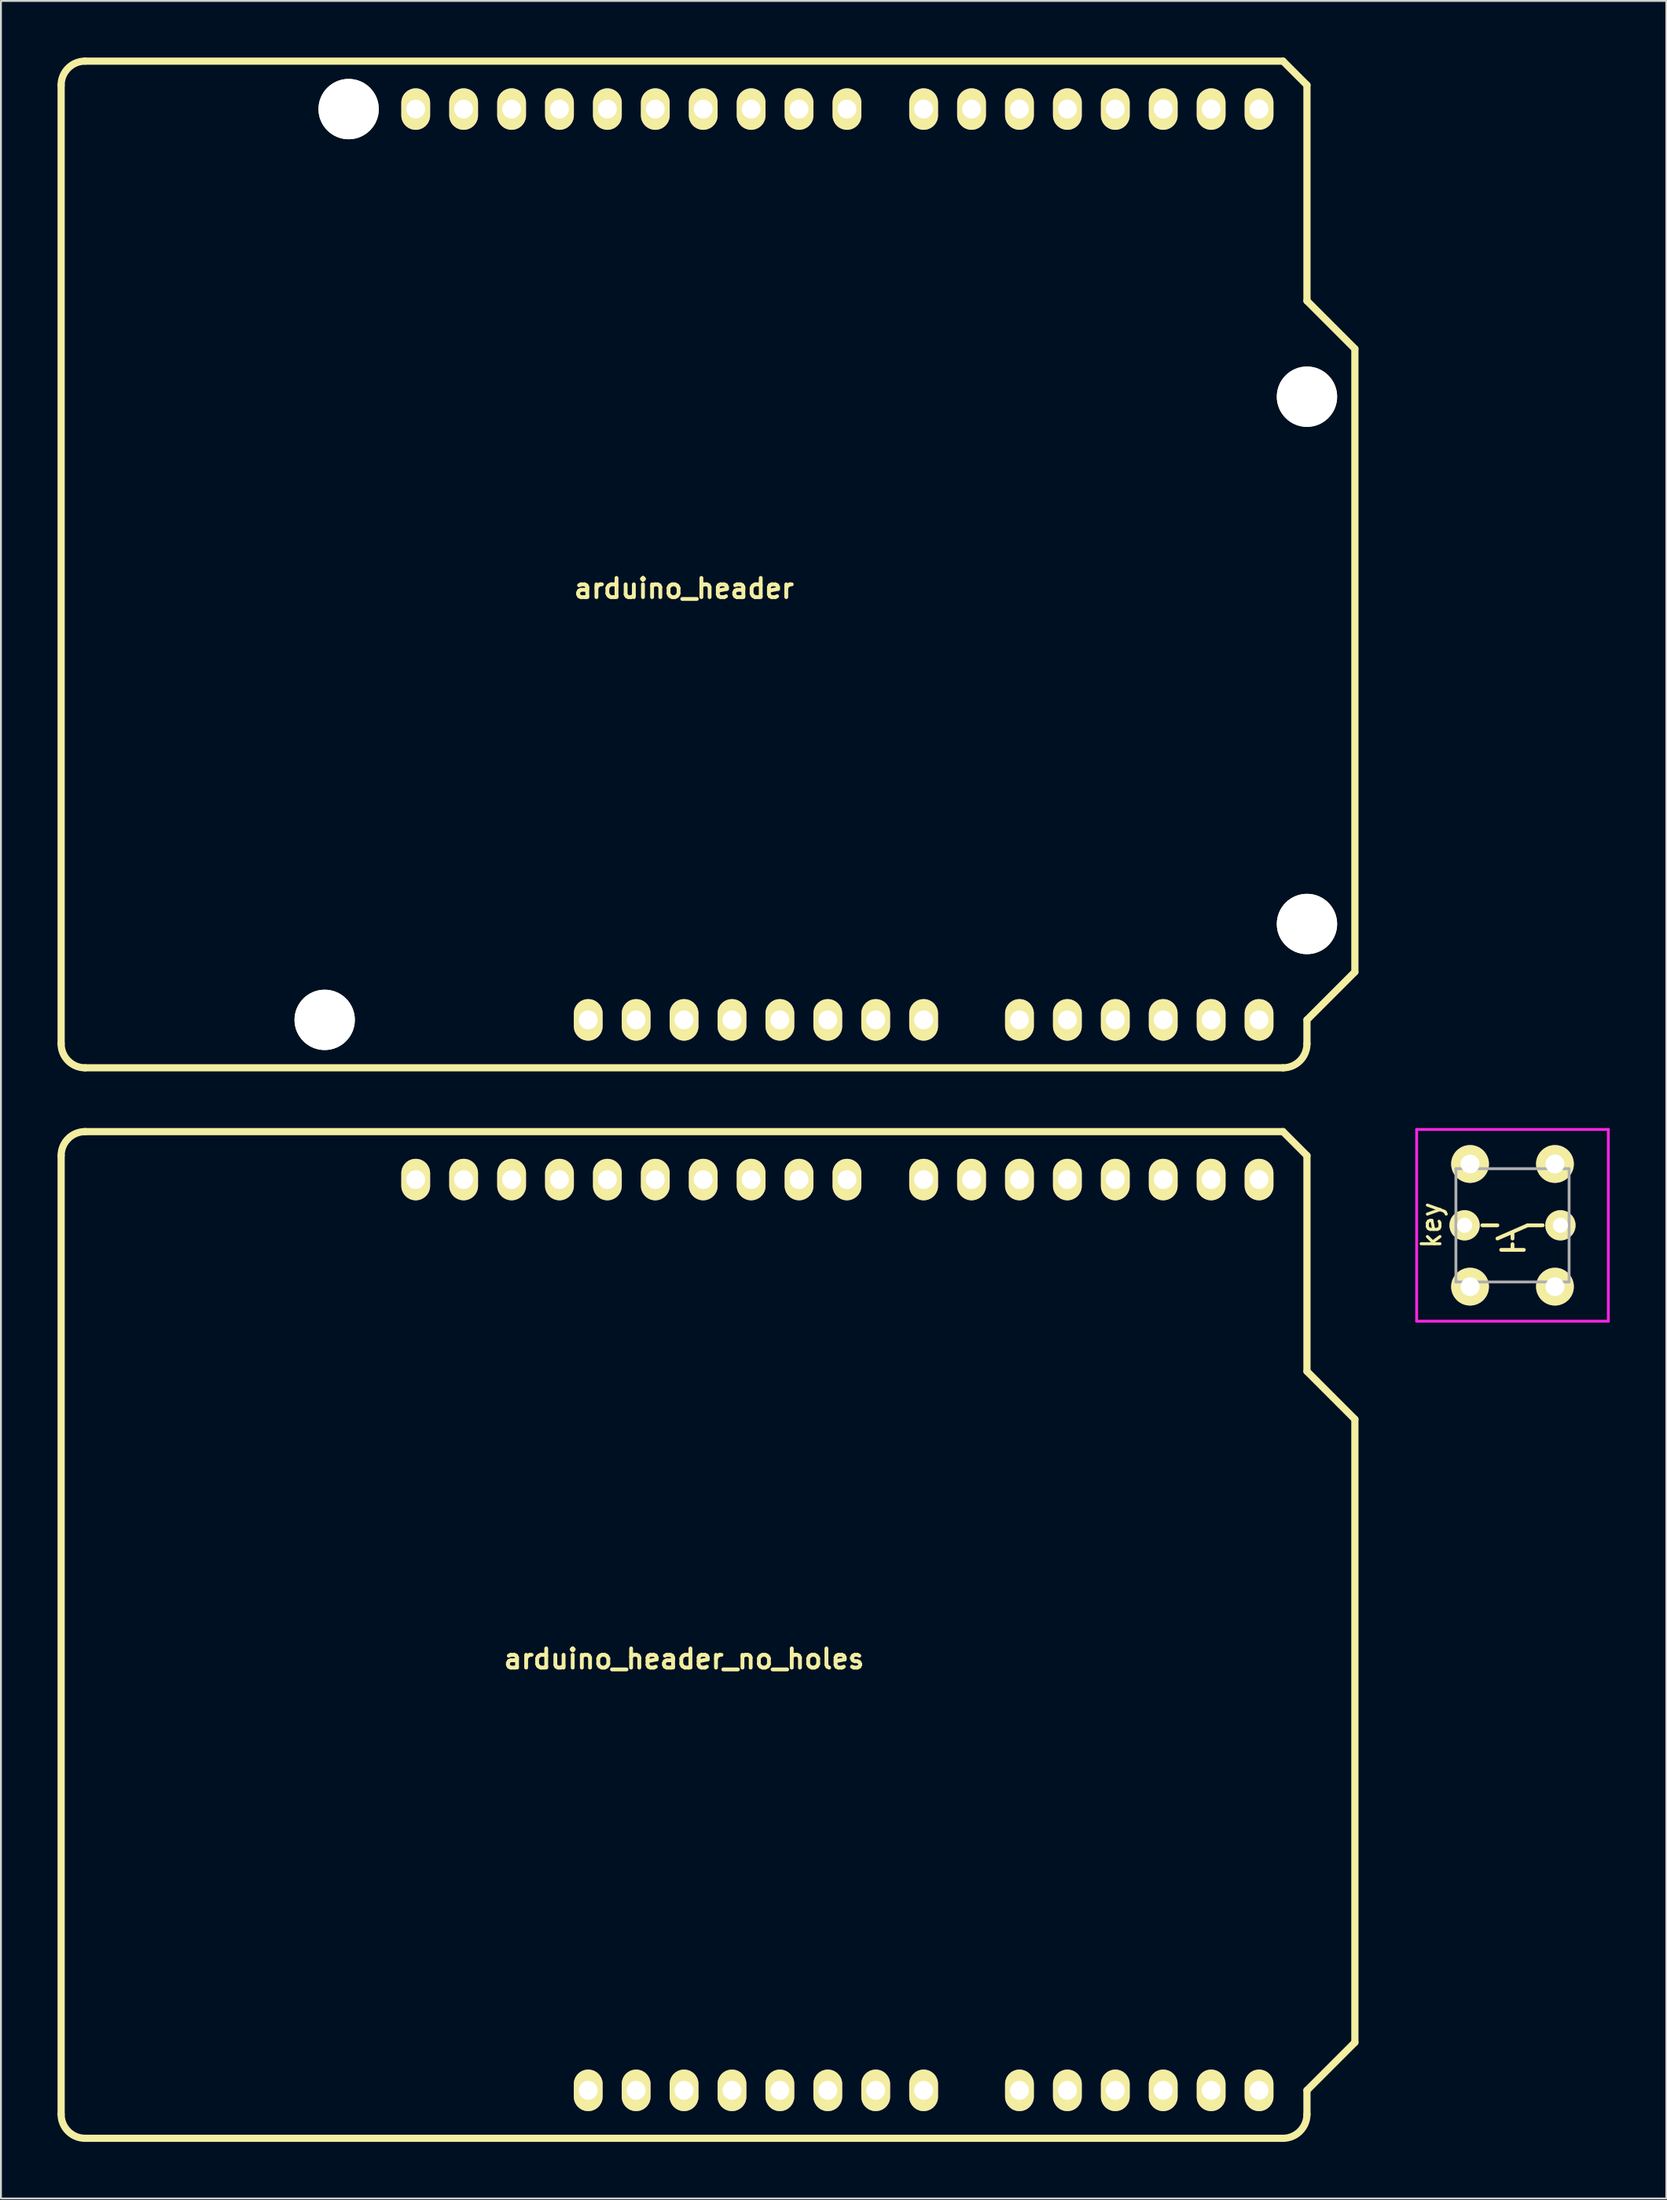
<source format=kicad_pcb>
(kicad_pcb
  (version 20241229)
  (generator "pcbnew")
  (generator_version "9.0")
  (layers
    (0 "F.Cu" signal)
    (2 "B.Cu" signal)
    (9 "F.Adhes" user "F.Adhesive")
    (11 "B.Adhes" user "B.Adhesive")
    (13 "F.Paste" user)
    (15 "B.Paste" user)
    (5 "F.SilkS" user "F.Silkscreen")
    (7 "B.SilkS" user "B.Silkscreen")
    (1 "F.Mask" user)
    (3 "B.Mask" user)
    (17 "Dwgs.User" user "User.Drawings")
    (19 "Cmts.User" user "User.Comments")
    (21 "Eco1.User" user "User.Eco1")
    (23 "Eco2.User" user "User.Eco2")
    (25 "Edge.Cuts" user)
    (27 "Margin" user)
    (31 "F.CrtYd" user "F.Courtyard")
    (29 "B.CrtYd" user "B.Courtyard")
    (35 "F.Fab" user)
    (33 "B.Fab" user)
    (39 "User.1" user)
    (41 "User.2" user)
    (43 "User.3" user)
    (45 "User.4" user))
  (footprint "key"
    (layer "F.Cu")
    (at 77.127 61.876)
    (property "Reference" "key" (at -4.3 0 90) (layer "F.SilkS") (effects (font (size 1 1) (thickness 0.16))))
    (attr through_hole)
    (fp_line (start -1.6 0) (end -0.8 0) (stroke (width 0.2) (type solid)) (layer "F.SilkS"))
    (fp_line (start 0 0.7) (end 0 0.4) (stroke (width 0.2) (type solid)) (layer "F.SilkS"))
    (fp_line (start 0 1) (end 0 1.3) (stroke (width 0.2) (type solid)) (layer "F.SilkS"))
    (fp_line (start 0.6 1.3) (end -0.6 1.3) (stroke (width 0.2) (type solid)) (layer "F.SilkS"))
    (fp_line (start 0.8 0) (end -0.8 0.7) (stroke (width 0.2) (type solid)) (layer "F.SilkS"))
    (fp_line (start 1.6 0) (end 0.8 0) (stroke (width 0.2) (type solid)) (layer "F.SilkS"))
    (fp_line (start -5.08 -5.08) (end -5.08 5.08) (stroke (width 0.15) (type solid)) (layer "F.CrtYd"))
    (fp_line (start -5.08 5.08) (end 5.08 5.08) (stroke (width 0.15) (type solid)) (layer "F.CrtYd"))
    (fp_line (start 5.08 -5.08) (end -5.08 -5.08) (stroke (width 0.15) (type solid)) (layer "F.CrtYd"))
    (fp_line (start 5.08 5.08) (end 5.08 -5.08) (stroke (width 0.15) (type solid)) (layer "F.CrtYd"))
    (fp_line (start -3 -3) (end 3 -3) (stroke (width 0.15) (type solid)) (layer "F.Fab"))
    (fp_line (start -3 0) (end -3 -3) (stroke (width 0.15) (type solid)) (layer "F.Fab"))
    (fp_line (start -3 3) (end -3 0) (stroke (width 0.15) (type solid)) (layer "F.Fab"))
    (fp_line (start 3 -3) (end 3 3) (stroke (width 0.15) (type solid)) (layer "F.Fab"))
    (fp_line (start 3 3) (end -3 3) (stroke (width 0.15) (type solid)) (layer "F.Fab"))
    (pad "1" thru_hole circle (at -2.25 -3.25) (size 2 2) (drill 1) (layers "*.Cu" "*.Mask" "F.SilkS"))
    (pad "2" thru_hole circle (at 2.25 -3.25) (size 2 2) (drill 1) (layers "*.Cu" "*.Mask" "F.SilkS"))
    (pad "3" thru_hole circle (at -2.25 3.25) (size 2 2) (drill 1) (layers "*.Cu" "*.Mask" "F.SilkS"))
    (pad "4" thru_hole circle (at 2.25 3.25) (size 2 2) (drill 1) (layers "*.Cu" "*.Mask" "F.SilkS"))
    (pad "5" thru_hole circle (at -2.54 0) (size 1.6 1.6) (drill 0.8) (layers "*.Cu" "*.Mask" "F.SilkS"))
    (pad "6" thru_hole circle (at 2.54 0) (size 1.6 1.6) (drill 0.8) (layers "*.Cu" "*.Mask" "F.SilkS")))
  (footprint "arduino_header_no_holes"
    (layer "F.Cu")
    (at 33.211 83.582)
    (property "Reference" "arduino_header_no_holes" (at 0 1.27 0) (layer "F.SilkS") (effects (font (size 1.016 1.016) (thickness 0.203))))
    (attr through_hole)
    (fp_line (start -33.02 25.4) (end -33.02 -25.4) (stroke (width 0.381) (type solid)) (layer "F.SilkS"))
    (fp_line (start -31.75 26.67) (end 31.75 26.67) (stroke (width 0.381) (type solid)) (layer "F.SilkS"))
    (fp_line (start 31.75 -26.67) (end -31.75 -26.67) (stroke (width 0.381) (type solid)) (layer "F.SilkS"))
    (fp_line (start 31.75 -26.67) (end 33.02 -25.4) (stroke (width 0.381) (type solid)) (layer "F.SilkS"))
    (fp_line (start 33.02 -25.4) (end 33.02 -13.97) (stroke (width 0.381) (type solid)) (layer "F.SilkS"))
    (fp_line (start 33.02 -13.97) (end 35.56 -11.43) (stroke (width 0.381) (type solid)) (layer "F.SilkS"))
    (fp_line (start 33.02 24.13) (end 33.02 25.4) (stroke (width 0.381) (type solid)) (layer "F.SilkS"))
    (fp_line (start 35.56 21.59) (end 33.02 24.13) (stroke (width 0.381) (type solid)) (layer "F.SilkS"))
    (fp_line (start 35.56 21.59) (end 35.56 -11.43) (stroke (width 0.381) (type solid)) (layer "F.SilkS"))
    (fp_arc (start -33.02 -25.4) (mid -32.648026 -26.298026) (end -31.75 -26.67) (stroke (width 0.381) (type solid)) (layer "F.SilkS"))
    (fp_arc (start -31.75 26.67) (mid -32.648026 26.298026) (end -33.02 25.4) (stroke (width 0.381) (type solid)) (layer "F.SilkS"))
    (fp_arc (start 33.02 25.4) (mid 32.648026 26.298026) (end 31.75 26.67) (stroke (width 0.381) (type solid)) (layer "F.SilkS"))
    (pad "1" thru_hole oval (at -5.08 24.13) (size 1.524 2.2) (drill 1.001) (layers "*.Cu" "*.Mask" "F.SilkS"))
    (pad "2" thru_hole oval (at -2.54 24.13) (size 1.524 2.2) (drill 1.001) (layers "*.Cu" "*.Mask" "F.SilkS"))
    (pad "3" thru_hole oval (at 0 24.13) (size 1.524 2.2) (drill 1.001) (layers "*.Cu" "*.Mask" "F.SilkS"))
    (pad "4" thru_hole oval (at 2.54 24.13) (size 1.524 2.2) (drill 1.001) (layers "*.Cu" "*.Mask" "F.SilkS"))
    (pad "5" thru_hole oval (at 5.08 24.13) (size 1.524 2.2) (drill 1.001) (layers "*.Cu" "*.Mask" "F.SilkS"))
    (pad "6" thru_hole oval (at 7.62 24.13) (size 1.524 2.2) (drill 1.001) (layers "*.Cu" "*.Mask" "F.SilkS"))
    (pad "7" thru_hole oval (at 10.16 24.13) (size 1.524 2.2) (drill 1.001) (layers "*.Cu" "*.Mask" "F.SilkS"))
    (pad "8" thru_hole oval (at 12.7 24.13) (size 1.524 2.2) (drill 1.001) (layers "*.Cu" "*.Mask" "F.SilkS"))
    (pad "9" thru_hole oval (at 17.78 24.13) (size 1.524 2.2) (drill 1.001) (layers "*.Cu" "*.Mask" "F.SilkS"))
    (pad "10" thru_hole oval (at 20.32 24.13) (size 1.524 2.2) (drill 1.001) (layers "*.Cu" "*.Mask" "F.SilkS"))
    (pad "11" thru_hole oval (at 22.86 24.13) (size 1.524 2.2) (drill 1.001) (layers "*.Cu" "*.Mask" "F.SilkS"))
    (pad "12" thru_hole oval (at 25.4 24.13) (size 1.524 2.2) (drill 1.001) (layers "*.Cu" "*.Mask" "F.SilkS"))
    (pad "13" thru_hole oval (at 27.94 24.13) (size 1.524 2.2) (drill 1.001) (layers "*.Cu" "*.Mask" "F.SilkS"))
    (pad "14" thru_hole oval (at 30.48 24.13) (size 1.524 2.2) (drill 1.001) (layers "*.Cu" "*.Mask" "F.SilkS"))
    (pad "15" thru_hole oval (at 30.48 -24.13) (size 1.524 2.197) (drill 0.998) (layers "*.Cu" "*.Mask" "F.SilkS"))
    (pad "16" thru_hole oval (at 27.94 -24.13) (size 1.524 2.197) (drill 0.998) (layers "*.Cu" "*.Mask" "F.SilkS"))
    (pad "17" thru_hole oval (at 25.4 -24.13) (size 1.524 2.197) (drill 0.998) (layers "*.Cu" "*.Mask" "F.SilkS"))
    (pad "18" thru_hole oval (at 22.86 -24.13) (size 1.524 2.197) (drill 0.998) (layers "*.Cu" "*.Mask" "F.SilkS"))
    (pad "19" thru_hole oval (at 20.32 -24.13) (size 1.524 2.197) (drill 0.998) (layers "*.Cu" "*.Mask" "F.SilkS"))
    (pad "20" thru_hole oval (at 17.78 -24.13) (size 1.524 2.197) (drill 0.998) (layers "*.Cu" "*.Mask" "F.SilkS"))
    (pad "21" thru_hole oval (at 15.24 -24.13) (size 1.524 2.197) (drill 0.998) (layers "*.Cu" "*.Mask" "F.SilkS"))
    (pad "22" thru_hole oval (at 12.7 -24.13) (size 1.524 2.197) (drill 0.998) (layers "*.Cu" "*.Mask" "F.SilkS"))
    (pad "23" thru_hole oval (at 8.636 -24.13) (size 1.524 2.197) (drill 0.998) (layers "*.Cu" "*.Mask" "F.SilkS"))
    (pad "24" thru_hole oval (at 6.096 -24.13) (size 1.524 2.197) (drill 0.998) (layers "*.Cu" "*.Mask" "F.SilkS"))
    (pad "25" thru_hole oval (at 3.556 -24.13) (size 1.524 2.197) (drill 0.998) (layers "*.Cu" "*.Mask" "F.SilkS"))
    (pad "26" thru_hole oval (at 1.016 -24.13) (size 1.524 2.197) (drill 0.998) (layers "*.Cu" "*.Mask" "F.SilkS"))
    (pad "27" thru_hole oval (at -1.524 -24.13) (size 1.524 2.197) (drill 0.998) (layers "*.Cu" "*.Mask" "F.SilkS"))
    (pad "28" thru_hole oval (at -4.064 -24.13) (size 1.524 2.197) (drill 0.998) (layers "*.Cu" "*.Mask" "F.SilkS"))
    (pad "29" thru_hole oval (at -6.604 -24.13) (size 1.524 2.197) (drill 0.998) (layers "*.Cu" "*.Mask" "F.SilkS"))
    (pad "30" thru_hole oval (at -9.141 -24.13) (size 1.524 2.197) (drill 0.998) (layers "*.Cu" "*.Mask" "F.SilkS"))
    (pad "31" thru_hole oval (at -11.684 -24.13) (size 1.524 2.197) (drill 0.998) (layers "*.Cu" "*.Mask" "F.SilkS"))
    (pad "32" thru_hole oval (at -14.224 -24.13) (size 1.524 2.197) (drill 0.998) (layers "*.Cu" "*.Mask" "F.SilkS")))
  (footprint "arduino_header"
    (layer "F.Cu")
    (at 33.211 26.86)
    (property "Reference" "arduino_header" (at 0 1.27 0) (layer "F.SilkS") (effects (font (size 1.016 1.016) (thickness 0.203))))
    (attr through_hole)
    (fp_line (start -33.02 25.4) (end -33.02 -25.4) (stroke (width 0.381) (type solid)) (layer "F.SilkS"))
    (fp_line (start -31.75 26.67) (end 31.75 26.67) (stroke (width 0.381) (type solid)) (layer "F.SilkS"))
    (fp_line (start 31.75 -26.67) (end -31.75 -26.67) (stroke (width 0.381) (type solid)) (layer "F.SilkS"))
    (fp_line (start 31.75 -26.67) (end 33.02 -25.4) (stroke (width 0.381) (type solid)) (layer "F.SilkS"))
    (fp_line (start 33.02 -25.4) (end 33.02 -13.97) (stroke (width 0.381) (type solid)) (layer "F.SilkS"))
    (fp_line (start 33.02 -13.97) (end 35.56 -11.43) (stroke (width 0.381) (type solid)) (layer "F.SilkS"))
    (fp_line (start 33.02 24.13) (end 33.02 25.4) (stroke (width 0.381) (type solid)) (layer "F.SilkS"))
    (fp_line (start 35.56 21.59) (end 33.02 24.13) (stroke (width 0.381) (type solid)) (layer "F.SilkS"))
    (fp_line (start 35.56 21.59) (end 35.56 -11.43) (stroke (width 0.381) (type solid)) (layer "F.SilkS"))
    (fp_arc (start -33.02 -25.4) (mid -32.648026 -26.298026) (end -31.75 -26.67) (stroke (width 0.381) (type solid)) (layer "F.SilkS"))
    (fp_arc (start -31.75 26.67) (mid -32.648026 26.298026) (end -33.02 25.4) (stroke (width 0.381) (type solid)) (layer "F.SilkS"))
    (fp_arc (start 33.02 25.4) (mid 32.648026 26.298026) (end 31.75 26.67) (stroke (width 0.381) (type solid)) (layer "F.SilkS"))
    (pad "" np_thru_hole circle (at -19.05 24.13) (size 3.198 3.198) (drill 3.198) (layers "*.Cu" "*.Mask" "F.SilkS"))
    (pad "" np_thru_hole circle (at -17.78 -24.13) (size 3.198 3.198) (drill 3.198) (layers "*.Cu" "*.Mask" "F.SilkS"))
    (pad "" np_thru_hole circle (at 33.02 -8.89) (size 3.198 3.198) (drill 3.198) (layers "*.Cu" "*.Mask" "F.SilkS"))
    (pad "" np_thru_hole circle (at 33.02 19.05) (size 3.198 3.198) (drill 3.198) (layers "*.Cu" "*.Mask" "F.SilkS"))
    (pad "1" thru_hole oval (at -5.08 24.13) (size 1.524 2.2) (drill 1.001) (layers "*.Cu" "*.Mask" "F.SilkS"))
    (pad "2" thru_hole oval (at -2.54 24.13) (size 1.524 2.2) (drill 1.001) (layers "*.Cu" "*.Mask" "F.SilkS"))
    (pad "3" thru_hole oval (at 0 24.13) (size 1.524 2.2) (drill 1.001) (layers "*.Cu" "*.Mask" "F.SilkS"))
    (pad "4" thru_hole oval (at 2.54 24.13) (size 1.524 2.2) (drill 1.001) (layers "*.Cu" "*.Mask" "F.SilkS"))
    (pad "5" thru_hole oval (at 5.08 24.13) (size 1.524 2.2) (drill 1.001) (layers "*.Cu" "*.Mask" "F.SilkS"))
    (pad "6" thru_hole oval (at 7.62 24.13) (size 1.524 2.2) (drill 1.001) (layers "*.Cu" "*.Mask" "F.SilkS"))
    (pad "7" thru_hole oval (at 10.16 24.13) (size 1.524 2.2) (drill 1.001) (layers "*.Cu" "*.Mask" "F.SilkS"))
    (pad "8" thru_hole oval (at 12.7 24.13) (size 1.524 2.2) (drill 1.001) (layers "*.Cu" "*.Mask" "F.SilkS"))
    (pad "9" thru_hole oval (at 17.78 24.13) (size 1.524 2.2) (drill 1.001) (layers "*.Cu" "*.Mask" "F.SilkS"))
    (pad "10" thru_hole oval (at 20.32 24.13) (size 1.524 2.2) (drill 1.001) (layers "*.Cu" "*.Mask" "F.SilkS"))
    (pad "11" thru_hole oval (at 22.86 24.13) (size 1.524 2.2) (drill 1.001) (layers "*.Cu" "*.Mask" "F.SilkS"))
    (pad "12" thru_hole oval (at 25.4 24.13) (size 1.524 2.2) (drill 1.001) (layers "*.Cu" "*.Mask" "F.SilkS"))
    (pad "13" thru_hole oval (at 27.94 24.13) (size 1.524 2.2) (drill 1.001) (layers "*.Cu" "*.Mask" "F.SilkS"))
    (pad "14" thru_hole oval (at 30.48 24.13) (size 1.524 2.2) (drill 1.001) (layers "*.Cu" "*.Mask" "F.SilkS"))
    (pad "15" thru_hole oval (at 30.48 -24.13) (size 1.524 2.197) (drill 0.998) (layers "*.Cu" "*.Mask" "F.SilkS"))
    (pad "16" thru_hole oval (at 27.94 -24.13) (size 1.524 2.197) (drill 0.998) (layers "*.Cu" "*.Mask" "F.SilkS"))
    (pad "17" thru_hole oval (at 25.4 -24.13) (size 1.524 2.197) (drill 0.998) (layers "*.Cu" "*.Mask" "F.SilkS"))
    (pad "18" thru_hole oval (at 22.86 -24.13) (size 1.524 2.197) (drill 0.998) (layers "*.Cu" "*.Mask" "F.SilkS"))
    (pad "19" thru_hole oval (at 20.32 -24.13) (size 1.524 2.197) (drill 0.998) (layers "*.Cu" "*.Mask" "F.SilkS"))
    (pad "20" thru_hole oval (at 17.78 -24.13) (size 1.524 2.197) (drill 0.998) (layers "*.Cu" "*.Mask" "F.SilkS"))
    (pad "21" thru_hole oval (at 15.24 -24.13) (size 1.524 2.197) (drill 0.998) (layers "*.Cu" "*.Mask" "F.SilkS"))
    (pad "22" thru_hole oval (at 12.7 -24.13) (size 1.524 2.197) (drill 0.998) (layers "*.Cu" "*.Mask" "F.SilkS"))
    (pad "23" thru_hole oval (at 8.636 -24.13) (size 1.524 2.197) (drill 0.998) (layers "*.Cu" "*.Mask" "F.SilkS"))
    (pad "24" thru_hole oval (at 6.096 -24.13) (size 1.524 2.197) (drill 0.998) (layers "*.Cu" "*.Mask" "F.SilkS"))
    (pad "25" thru_hole oval (at 3.556 -24.13) (size 1.524 2.197) (drill 0.998) (layers "*.Cu" "*.Mask" "F.SilkS"))
    (pad "26" thru_hole oval (at 1.016 -24.13) (size 1.524 2.197) (drill 0.998) (layers "*.Cu" "*.Mask" "F.SilkS"))
    (pad "27" thru_hole oval (at -1.524 -24.13) (size 1.524 2.197) (drill 0.998) (layers "*.Cu" "*.Mask" "F.SilkS"))
    (pad "28" thru_hole oval (at -4.064 -24.13) (size 1.524 2.197) (drill 0.998) (layers "*.Cu" "*.Mask" "F.SilkS"))
    (pad "29" thru_hole oval (at -6.604 -24.13) (size 1.524 2.197) (drill 0.998) (layers "*.Cu" "*.Mask" "F.SilkS"))
    (pad "30" thru_hole oval (at -9.141 -24.13) (size 1.524 2.197) (drill 0.998) (layers "*.Cu" "*.Mask" "F.SilkS"))
    (pad "31" thru_hole oval (at -11.684 -24.13) (size 1.524 2.197) (drill 0.998) (layers "*.Cu" "*.Mask" "F.SilkS"))
    (pad "32" thru_hole oval (at -14.224 -24.13) (size 1.524 2.197) (drill 0.998) (layers "*.Cu" "*.Mask" "F.SilkS")))
  (gr_rect
    (start -3 -3)
    (end 85.282 113.442)
    (stroke (width 0.1) (type default))
    (fill no)
    (layer "Edge.Cuts")))
</source>
